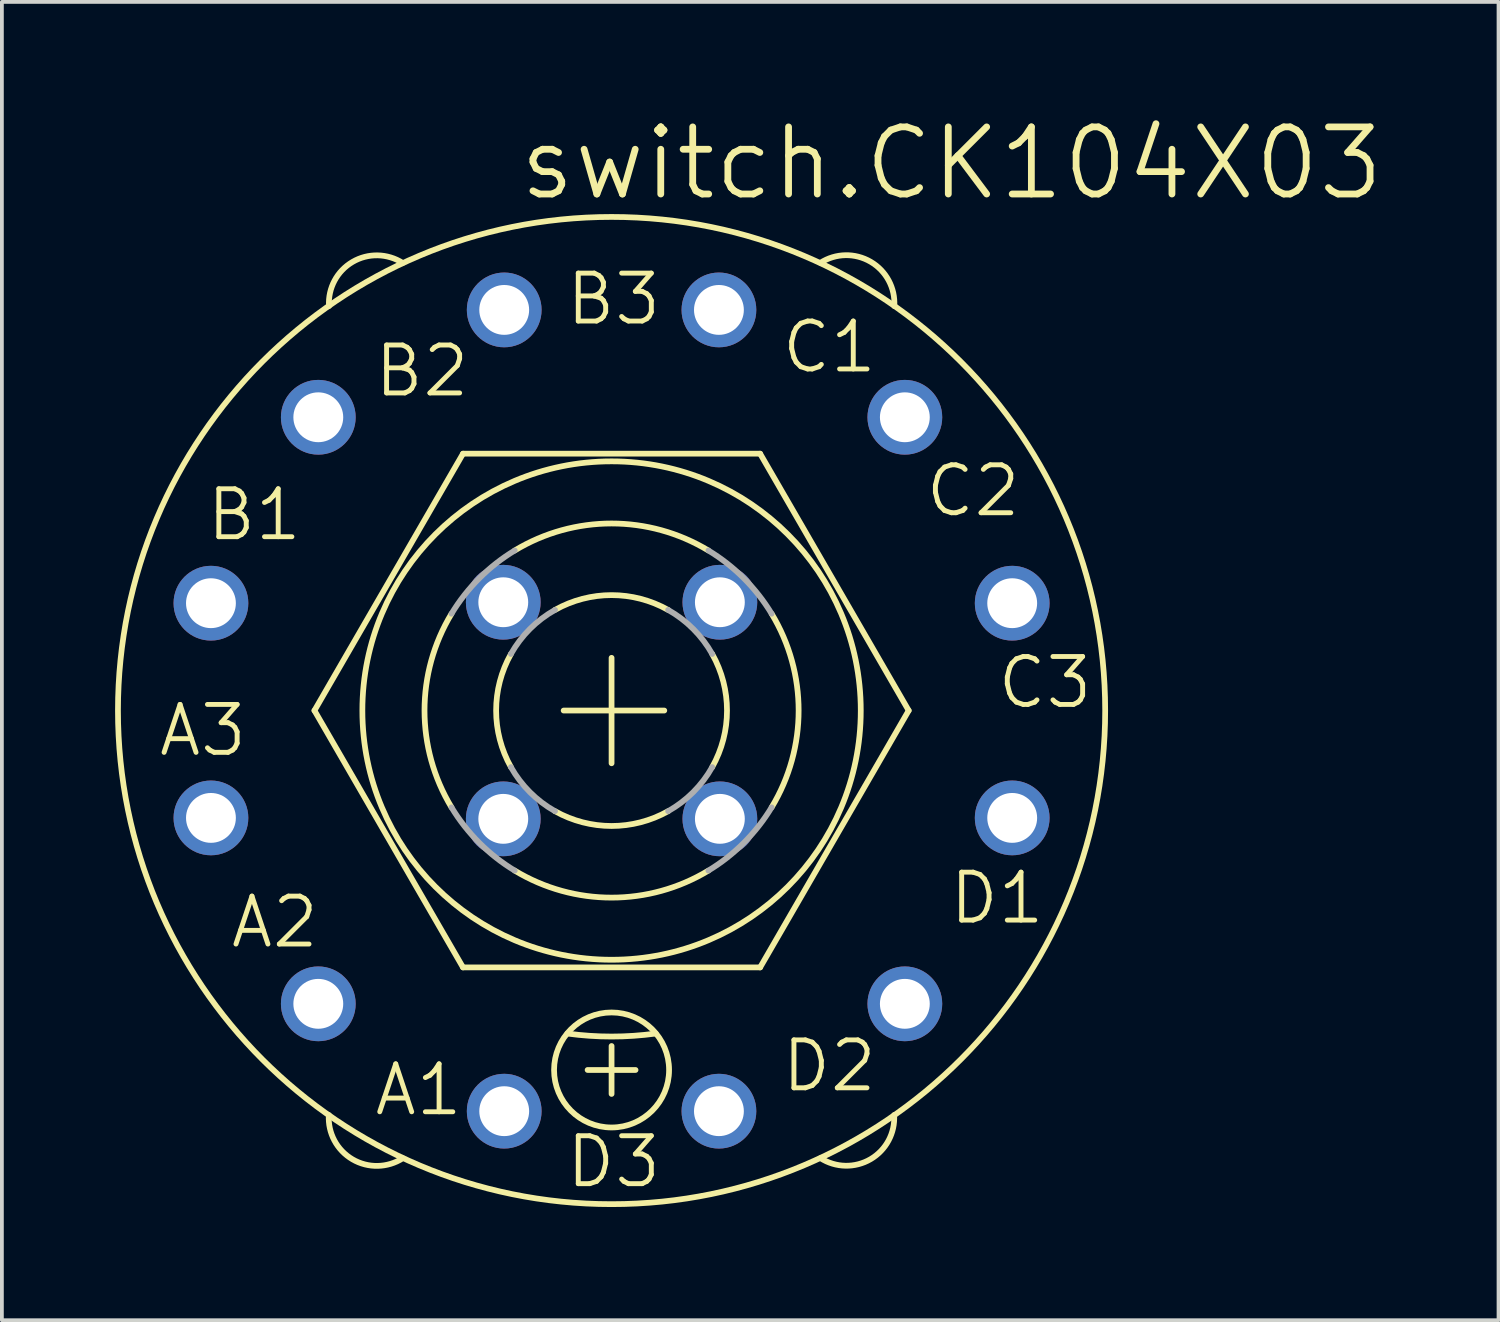
<source format=kicad_pcb>
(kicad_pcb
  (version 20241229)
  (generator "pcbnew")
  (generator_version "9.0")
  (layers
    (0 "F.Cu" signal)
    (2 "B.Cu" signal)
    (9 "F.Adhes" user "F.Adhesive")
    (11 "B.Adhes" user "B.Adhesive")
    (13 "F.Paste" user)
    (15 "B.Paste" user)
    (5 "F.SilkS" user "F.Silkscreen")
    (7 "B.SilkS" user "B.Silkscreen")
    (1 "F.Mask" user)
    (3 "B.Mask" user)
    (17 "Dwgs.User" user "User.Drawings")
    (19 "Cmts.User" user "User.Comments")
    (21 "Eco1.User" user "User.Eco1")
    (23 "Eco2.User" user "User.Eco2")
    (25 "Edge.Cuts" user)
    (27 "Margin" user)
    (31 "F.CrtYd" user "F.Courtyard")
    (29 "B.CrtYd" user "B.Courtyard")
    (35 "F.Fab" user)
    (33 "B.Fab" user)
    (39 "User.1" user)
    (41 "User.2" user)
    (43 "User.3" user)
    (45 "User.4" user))
  (footprint "switch.CK104X03"
    (layer "F.Cu")
    (at 13.157 15.78)
    (property "Reference" "switch.CK104X03" (at -2.54 -13.462 0) (layer "F.SilkS") (effects (font (size 1.778 1.778) (thickness 0.18)) (justify left bottom)))
    (attr through_hole)
    (fp_line (start -7.874 0) (end -3.937 -6.807) (stroke (width 0.152) (type default)) (layer "F.SilkS"))
    (fp_line (start -3.937 -6.807) (end 3.937 -6.807) (stroke (width 0.152) (type default)) (layer "F.SilkS"))
    (fp_line (start -3.937 6.807) (end -7.874 0) (stroke (width 0.152) (type default)) (layer "F.SilkS"))
    (fp_line (start -1.27 0) (end 1.397 0) (stroke (width 0.152) (type default)) (layer "F.SilkS"))
    (fp_line (start -0.635 9.525) (end 0.635 9.525) (stroke (width 0.152) (type default)) (layer "F.SilkS"))
    (fp_line (start 0 1.397) (end 0 -1.397) (stroke (width 0.152) (type default)) (layer "F.SilkS"))
    (fp_line (start 0 8.89) (end 0 10.16) (stroke (width 0.152) (type default)) (layer "F.SilkS"))
    (fp_line (start 3.937 -6.807) (end 7.874 0) (stroke (width 0.152) (type default)) (layer "F.SilkS"))
    (fp_line (start 3.937 6.807) (end -3.937 6.807) (stroke (width 0.152) (type default)) (layer "F.SilkS"))
    (fp_line (start 7.874 0) (end 3.937 6.807) (stroke (width 0.152) (type default)) (layer "F.SilkS"))
    (fp_arc (start -7.4889 -10.719) (mid -6.863775 -11.889487) (end -5.5371 -11.862) (stroke (width 0.1524) (type default)) (layer "F.SilkS"))
    (fp_arc (start -5.535 11.8652) (mid -6.865842 11.89293) (end -7.493 10.7188) (stroke (width 0.1524) (type default)) (layer "F.SilkS"))
    (fp_arc (start -4.2418 2.5654) (mid -4.957232 0) (end -4.2418 -2.5654) (stroke (width 0.1524) (type default)) (layer "F.SilkS"))
    (fp_arc (start -2.667 1.4986) (mid -3.059198 0) (end -2.667 -1.4986) (stroke (width 0.1524) (type default)) (layer "F.SilkS"))
    (fp_arc (start -2.5654 -4.2418) (mid 0 -4.957232) (end 2.5654 -4.2418) (stroke (width 0.1524) (type default)) (layer "F.SilkS"))
    (fp_arc (start -1.4986 -2.667) (mid 0 -3.059198) (end 1.4986 -2.667) (stroke (width 0.1524) (type default)) (layer "F.SilkS"))
    (fp_arc (start 1.1684 8.5598) (mid 0 8.639174) (end -1.1684 8.5598) (stroke (width 0.1524) (type default)) (layer "F.SilkS"))
    (fp_arc (start 1.4986 2.667) (mid 0 3.059198) (end -1.4986 2.667) (stroke (width 0.1524) (type default)) (layer "F.SilkS"))
    (fp_arc (start 2.5654 4.2418) (mid 0 4.957232) (end -2.5654 4.2418) (stroke (width 0.1524) (type default)) (layer "F.SilkS"))
    (fp_arc (start 2.667 -1.4986) (mid 3.059198 0) (end 2.667 1.4986) (stroke (width 0.1524) (type default)) (layer "F.SilkS"))
    (fp_arc (start 4.2418 -2.5654) (mid 4.957232 0) (end 4.2418 2.5654) (stroke (width 0.1524) (type default)) (layer "F.SilkS"))
    (fp_arc (start 5.535 -11.8652) (mid 6.865842 -11.89293) (end 7.493 -10.7188) (stroke (width 0.1524) (type default)) (layer "F.SilkS"))
    (fp_arc (start 7.4886 10.719) (mid 6.863613 11.889263) (end 5.5372 11.8618) (stroke (width 0.1524) (type default)) (layer "F.SilkS"))
    (fp_circle (center 0 0) (end 6.604 0) (stroke (width 0.152) (type default)) (fill no) (layer "F.SilkS"))
    (fp_circle (center 0 0) (end 13.081 0) (stroke (width 0.152) (type default)) (fill no) (layer "F.SilkS"))
    (fp_circle (center 0 9.525) (end 1.524 9.525) (stroke (width 0.152) (type default)) (fill no) (layer "F.SilkS"))
    (fp_arc (start -4.2418 -2.5654) (mid -3.505292 -3.505292) (end -2.5654 -4.2418) (stroke (width 0.1524) (type default)) (layer "F.Fab"))
    (fp_arc (start -2.667 -1.4986) (mid -2.163179 -2.163179) (end -1.4986 -2.667) (stroke (width 0.1524) (type default)) (layer "F.Fab"))
    (fp_arc (start -2.5654 4.2418) (mid -3.505292 3.505292) (end -4.2418 2.5654) (stroke (width 0.1524) (type default)) (layer "F.Fab"))
    (fp_arc (start -1.4986 2.667) (mid -2.163179 2.163179) (end -2.667 1.4986) (stroke (width 0.1524) (type default)) (layer "F.Fab"))
    (fp_arc (start 1.4986 -2.667) (mid 2.163179 -2.163179) (end 2.667 -1.4986) (stroke (width 0.1524) (type default)) (layer "F.Fab"))
    (fp_arc (start 2.5654 -4.2418) (mid 3.505292 -3.505292) (end 4.2418 -2.5654) (stroke (width 0.1524) (type default)) (layer "F.Fab"))
    (fp_arc (start 2.667 1.4986) (mid 2.163179 2.163179) (end 1.4986 2.667) (stroke (width 0.1524) (type default)) (layer "F.Fab"))
    (fp_arc (start 4.2418 2.5654) (mid 3.505292 3.505292) (end 2.5654 4.2418) (stroke (width 0.1524) (type default)) (layer "F.Fab"))
    (fp_text user "C3" (at 10.16 0 0) (layer "F.SilkS") (effects (font (size 1.27 1.27) (thickness 0.13)) (justify left bottom)))
    (fp_text user "C2" (at 8.255 -5.08 0) (layer "F.SilkS") (effects (font (size 1.27 1.27) (thickness 0.13)) (justify left bottom)))
    (fp_text user "A3" (at -12.065 1.27 0) (layer "F.SilkS") (effects (font (size 1.27 1.27) (thickness 0.13)) (justify left bottom)))
    (fp_text user "B2" (at -6.35 -8.255 0) (layer "F.SilkS") (effects (font (size 1.27 1.27) (thickness 0.13)) (justify left bottom)))
    (fp_text user "D1" (at 8.89 5.715 0) (layer "F.SilkS") (effects (font (size 1.27 1.27) (thickness 0.13)) (justify left bottom)))
    (fp_text user "D2" (at 4.445 10.16 0) (layer "F.SilkS") (effects (font (size 1.27 1.27) (thickness 0.13)) (justify left bottom)))
    (fp_text user "C1" (at 4.445 -8.89 0) (layer "F.SilkS") (effects (font (size 1.27 1.27) (thickness 0.13)) (justify left bottom)))
    (fp_text user "B3" (at -1.27 -10.16 0) (layer "F.SilkS") (effects (font (size 1.27 1.27) (thickness 0.13)) (justify left bottom)))
    (fp_text user "D3" (at -1.27 12.7 0) (layer "F.SilkS") (effects (font (size 1.27 1.27) (thickness 0.13)) (justify left bottom)))
    (fp_text user "A2" (at -10.16 6.35 0) (layer "F.SilkS") (effects (font (size 1.27 1.27) (thickness 0.13)) (justify left bottom)))
    (fp_text user "A1" (at -6.35 10.795 0) (layer "F.SilkS") (effects (font (size 1.27 1.27) (thickness 0.13)) (justify left bottom)))
    (fp_text user "B1" (at -10.795 -4.445 0) (layer "F.SilkS") (effects (font (size 1.27 1.27) (thickness 0.13)) (justify left bottom)))
    (pad "A" thru_hole circle (at -2.87 2.87) (size 1.981 1.981) (drill 1.321) (layers "*.Cu" "*.Mask"))
    (pad "A1" thru_hole circle (at -2.845 10.617) (size 1.981 1.981) (drill 1.321) (layers "*.Cu" "*.Mask"))
    (pad "A2" thru_hole circle (at -7.772 7.772) (size 1.981 1.981) (drill 1.321) (layers "*.Cu" "*.Mask"))
    (pad "A3" thru_hole circle (at -10.617 2.845) (size 1.981 1.981) (drill 1.321) (layers "*.Cu" "*.Mask"))
    (pad "B" thru_hole circle (at -2.87 -2.87) (size 1.981 1.981) (drill 1.321) (layers "*.Cu" "*.Mask"))
    (pad "B1" thru_hole circle (at -10.617 -2.845) (size 1.981 1.981) (drill 1.321) (layers "*.Cu" "*.Mask"))
    (pad "B2" thru_hole circle (at -7.772 -7.772) (size 1.981 1.981) (drill 1.321) (layers "*.Cu" "*.Mask"))
    (pad "B3" thru_hole circle (at -2.845 -10.617) (size 1.981 1.981) (drill 1.321) (layers "*.Cu" "*.Mask"))
    (pad "C" thru_hole circle (at 2.87 -2.87) (size 1.981 1.981) (drill 1.321) (layers "*.Cu" "*.Mask"))
    (pad "C1" thru_hole circle (at 2.845 -10.617) (size 1.981 1.981) (drill 1.321) (layers "*.Cu" "*.Mask"))
    (pad "C2" thru_hole circle (at 7.772 -7.772) (size 1.981 1.981) (drill 1.321) (layers "*.Cu" "*.Mask"))
    (pad "C3" thru_hole circle (at 10.617 -2.845) (size 1.981 1.981) (drill 1.321) (layers "*.Cu" "*.Mask"))
    (pad "D" thru_hole circle (at 2.87 2.87) (size 1.981 1.981) (drill 1.321) (layers "*.Cu" "*.Mask"))
    (pad "D1" thru_hole circle (at 10.617 2.845) (size 1.981 1.981) (drill 1.321) (layers "*.Cu" "*.Mask"))
    (pad "D2" thru_hole circle (at 7.772 7.772) (size 1.981 1.981) (drill 1.321) (layers "*.Cu" "*.Mask"))
    (pad "D3" thru_hole circle (at 2.845 10.617) (size 1.981 1.981) (drill 1.321) (layers "*.Cu" "*.Mask")))
  (gr_rect
    (start -3 -3)
    (end 36.662 31.937)
    (stroke (width 0.1) (type default))
    (fill no)
    (layer "Edge.Cuts")))
</source>
